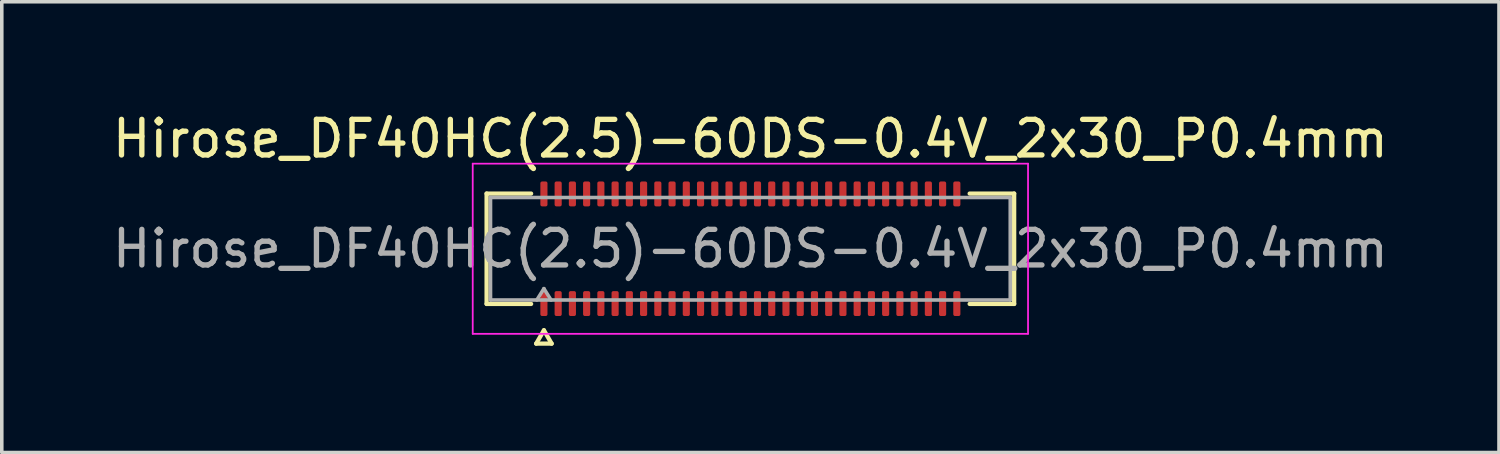
<source format=kicad_pcb>
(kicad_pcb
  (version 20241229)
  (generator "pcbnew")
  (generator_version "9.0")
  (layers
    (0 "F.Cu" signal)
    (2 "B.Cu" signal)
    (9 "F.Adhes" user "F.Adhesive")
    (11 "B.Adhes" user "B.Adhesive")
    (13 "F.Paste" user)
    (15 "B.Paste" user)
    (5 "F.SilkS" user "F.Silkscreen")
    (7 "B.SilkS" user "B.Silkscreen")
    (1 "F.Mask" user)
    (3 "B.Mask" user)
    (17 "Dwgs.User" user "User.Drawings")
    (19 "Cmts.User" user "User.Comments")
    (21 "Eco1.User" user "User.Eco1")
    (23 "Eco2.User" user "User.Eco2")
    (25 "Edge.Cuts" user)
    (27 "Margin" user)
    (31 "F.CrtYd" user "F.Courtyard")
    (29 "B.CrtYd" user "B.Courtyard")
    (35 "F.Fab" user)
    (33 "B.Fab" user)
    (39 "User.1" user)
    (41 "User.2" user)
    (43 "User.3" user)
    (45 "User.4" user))
  (footprint "Hirose_DF40HC(2.5)-60DS-0.4V_2x30_P0.4mm"
    (layer "F.Cu")
    (at 18.03 3.938)
    (property "Reference" "Hirose_DF40HC(2.5)-60DS-0.4V_2x30_P0.4mm" (at 0 -3.09 0) (layer "F.SilkS") (effects (font (size 1 1) (thickness 0.15))))
    (attr smd)
    (fp_line (start -7.41 -1.55) (end -6.16 -1.55) (stroke (width 0.12) (type solid)) (layer "F.SilkS"))
    (fp_line (start -7.41 1.55) (end -7.41 -1.55) (stroke (width 0.12) (type solid)) (layer "F.SilkS"))
    (fp_line (start -6.16 1.55) (end -7.41 1.55) (stroke (width 0.12) (type solid)) (layer "F.SilkS"))
    (fp_line (start -6.017 2.665) (end -5.8 2.29) (stroke (width 0.12) (type solid)) (layer "F.SilkS"))
    (fp_line (start -5.8 2.29) (end -5.583 2.665) (stroke (width 0.12) (type solid)) (layer "F.SilkS"))
    (fp_line (start -5.583 2.665) (end -6.017 2.665) (stroke (width 0.12) (type solid)) (layer "F.SilkS"))
    (fp_line (start 6.16 -1.55) (end 7.41 -1.55) (stroke (width 0.12) (type solid)) (layer "F.SilkS"))
    (fp_line (start 7.41 -1.55) (end 7.41 1.55) (stroke (width 0.12) (type solid)) (layer "F.SilkS"))
    (fp_line (start 7.41 1.55) (end 6.16 1.55) (stroke (width 0.12) (type solid)) (layer "F.SilkS"))
    (fp_line (start -7.8 -2.39) (end -7.8 2.39) (stroke (width 0.05) (type solid)) (layer "F.CrtYd"))
    (fp_line (start -7.8 2.39) (end 7.8 2.39) (stroke (width 0.05) (type solid)) (layer "F.CrtYd"))
    (fp_line (start 7.8 -2.39) (end -7.8 -2.39) (stroke (width 0.05) (type solid)) (layer "F.CrtYd"))
    (fp_line (start 7.8 2.39) (end 7.8 -2.39) (stroke (width 0.05) (type solid)) (layer "F.CrtYd"))
    (fp_line (start -7.3 -1.44) (end 7.3 -1.44) (stroke (width 0.1) (type solid)) (layer "F.Fab"))
    (fp_line (start -7.3 1.44) (end -7.3 -1.44) (stroke (width 0.1) (type solid)) (layer "F.Fab"))
    (fp_line (start -6 1.44) (end -5.8 1.12) (stroke (width 0.1) (type solid)) (layer "F.Fab"))
    (fp_line (start -5.8 1.12) (end -5.6 1.44) (stroke (width 0.1) (type solid)) (layer "F.Fab"))
    (fp_line (start 7.3 -1.44) (end 7.3 1.44) (stroke (width 0.1) (type solid)) (layer "F.Fab"))
    (fp_line (start 7.3 1.44) (end -7.3 1.44) (stroke (width 0.1) (type solid)) (layer "F.Fab"))
    (fp_text user "${REFERENCE}" (at 0 0 0) (layer "F.Fab") (effects (font (size 1 1) (thickness 0.15))))
    (pad "1" smd roundrect (at -5.8 1.54) (size 0.2 0.7) (layers "F.Cu" "F.Mask" "F.Paste") (roundrect_rratio 0.25))
    (pad "2" smd roundrect (at -5.8 -1.54) (size 0.2 0.7) (layers "F.Cu" "F.Mask" "F.Paste") (roundrect_rratio 0.25))
    (pad "3" smd roundrect (at -5.4 1.54) (size 0.2 0.7) (layers "F.Cu" "F.Mask" "F.Paste") (roundrect_rratio 0.25))
    (pad "4" smd roundrect (at -5.4 -1.54) (size 0.2 0.7) (layers "F.Cu" "F.Mask" "F.Paste") (roundrect_rratio 0.25))
    (pad "5" smd roundrect (at -5 1.54) (size 0.2 0.7) (layers "F.Cu" "F.Mask" "F.Paste") (roundrect_rratio 0.25))
    (pad "6" smd roundrect (at -5 -1.54) (size 0.2 0.7) (layers "F.Cu" "F.Mask" "F.Paste") (roundrect_rratio 0.25))
    (pad "7" smd roundrect (at -4.6 1.54) (size 0.2 0.7) (layers "F.Cu" "F.Mask" "F.Paste") (roundrect_rratio 0.25))
    (pad "8" smd roundrect (at -4.6 -1.54) (size 0.2 0.7) (layers "F.Cu" "F.Mask" "F.Paste") (roundrect_rratio 0.25))
    (pad "9" smd roundrect (at -4.2 1.54) (size 0.2 0.7) (layers "F.Cu" "F.Mask" "F.Paste") (roundrect_rratio 0.25))
    (pad "10" smd roundrect (at -4.2 -1.54) (size 0.2 0.7) (layers "F.Cu" "F.Mask" "F.Paste") (roundrect_rratio 0.25))
    (pad "11" smd roundrect (at -3.8 1.54) (size 0.2 0.7) (layers "F.Cu" "F.Mask" "F.Paste") (roundrect_rratio 0.25))
    (pad "12" smd roundrect (at -3.8 -1.54) (size 0.2 0.7) (layers "F.Cu" "F.Mask" "F.Paste") (roundrect_rratio 0.25))
    (pad "13" smd roundrect (at -3.4 1.54) (size 0.2 0.7) (layers "F.Cu" "F.Mask" "F.Paste") (roundrect_rratio 0.25))
    (pad "14" smd roundrect (at -3.4 -1.54) (size 0.2 0.7) (layers "F.Cu" "F.Mask" "F.Paste") (roundrect_rratio 0.25))
    (pad "15" smd roundrect (at -3 1.54) (size 0.2 0.7) (layers "F.Cu" "F.Mask" "F.Paste") (roundrect_rratio 0.25))
    (pad "16" smd roundrect (at -3 -1.54) (size 0.2 0.7) (layers "F.Cu" "F.Mask" "F.Paste") (roundrect_rratio 0.25))
    (pad "17" smd roundrect (at -2.6 1.54) (size 0.2 0.7) (layers "F.Cu" "F.Mask" "F.Paste") (roundrect_rratio 0.25))
    (pad "18" smd roundrect (at -2.6 -1.54) (size 0.2 0.7) (layers "F.Cu" "F.Mask" "F.Paste") (roundrect_rratio 0.25))
    (pad "19" smd roundrect (at -2.2 1.54) (size 0.2 0.7) (layers "F.Cu" "F.Mask" "F.Paste") (roundrect_rratio 0.25))
    (pad "20" smd roundrect (at -2.2 -1.54) (size 0.2 0.7) (layers "F.Cu" "F.Mask" "F.Paste") (roundrect_rratio 0.25))
    (pad "21" smd roundrect (at -1.8 1.54) (size 0.2 0.7) (layers "F.Cu" "F.Mask" "F.Paste") (roundrect_rratio 0.25))
    (pad "22" smd roundrect (at -1.8 -1.54) (size 0.2 0.7) (layers "F.Cu" "F.Mask" "F.Paste") (roundrect_rratio 0.25))
    (pad "23" smd roundrect (at -1.4 1.54) (size 0.2 0.7) (layers "F.Cu" "F.Mask" "F.Paste") (roundrect_rratio 0.25))
    (pad "24" smd roundrect (at -1.4 -1.54) (size 0.2 0.7) (layers "F.Cu" "F.Mask" "F.Paste") (roundrect_rratio 0.25))
    (pad "25" smd roundrect (at -1 1.54) (size 0.2 0.7) (layers "F.Cu" "F.Mask" "F.Paste") (roundrect_rratio 0.25))
    (pad "26" smd roundrect (at -1 -1.54) (size 0.2 0.7) (layers "F.Cu" "F.Mask" "F.Paste") (roundrect_rratio 0.25))
    (pad "27" smd roundrect (at -0.6 1.54) (size 0.2 0.7) (layers "F.Cu" "F.Mask" "F.Paste") (roundrect_rratio 0.25))
    (pad "28" smd roundrect (at -0.6 -1.54) (size 0.2 0.7) (layers "F.Cu" "F.Mask" "F.Paste") (roundrect_rratio 0.25))
    (pad "29" smd roundrect (at -0.2 1.54) (size 0.2 0.7) (layers "F.Cu" "F.Mask" "F.Paste") (roundrect_rratio 0.25))
    (pad "30" smd roundrect (at -0.2 -1.54) (size 0.2 0.7) (layers "F.Cu" "F.Mask" "F.Paste") (roundrect_rratio 0.25))
    (pad "31" smd roundrect (at 0.2 1.54) (size 0.2 0.7) (layers "F.Cu" "F.Mask" "F.Paste") (roundrect_rratio 0.25))
    (pad "32" smd roundrect (at 0.2 -1.54) (size 0.2 0.7) (layers "F.Cu" "F.Mask" "F.Paste") (roundrect_rratio 0.25))
    (pad "33" smd roundrect (at 0.6 1.54) (size 0.2 0.7) (layers "F.Cu" "F.Mask" "F.Paste") (roundrect_rratio 0.25))
    (pad "34" smd roundrect (at 0.6 -1.54) (size 0.2 0.7) (layers "F.Cu" "F.Mask" "F.Paste") (roundrect_rratio 0.25))
    (pad "35" smd roundrect (at 1 1.54) (size 0.2 0.7) (layers "F.Cu" "F.Mask" "F.Paste") (roundrect_rratio 0.25))
    (pad "36" smd roundrect (at 1 -1.54) (size 0.2 0.7) (layers "F.Cu" "F.Mask" "F.Paste") (roundrect_rratio 0.25))
    (pad "37" smd roundrect (at 1.4 1.54) (size 0.2 0.7) (layers "F.Cu" "F.Mask" "F.Paste") (roundrect_rratio 0.25))
    (pad "38" smd roundrect (at 1.4 -1.54) (size 0.2 0.7) (layers "F.Cu" "F.Mask" "F.Paste") (roundrect_rratio 0.25))
    (pad "39" smd roundrect (at 1.8 1.54) (size 0.2 0.7) (layers "F.Cu" "F.Mask" "F.Paste") (roundrect_rratio 0.25))
    (pad "40" smd roundrect (at 1.8 -1.54) (size 0.2 0.7) (layers "F.Cu" "F.Mask" "F.Paste") (roundrect_rratio 0.25))
    (pad "41" smd roundrect (at 2.2 1.54) (size 0.2 0.7) (layers "F.Cu" "F.Mask" "F.Paste") (roundrect_rratio 0.25))
    (pad "42" smd roundrect (at 2.2 -1.54) (size 0.2 0.7) (layers "F.Cu" "F.Mask" "F.Paste") (roundrect_rratio 0.25))
    (pad "43" smd roundrect (at 2.6 1.54) (size 0.2 0.7) (layers "F.Cu" "F.Mask" "F.Paste") (roundrect_rratio 0.25))
    (pad "44" smd roundrect (at 2.6 -1.54) (size 0.2 0.7) (layers "F.Cu" "F.Mask" "F.Paste") (roundrect_rratio 0.25))
    (pad "45" smd roundrect (at 3 1.54) (size 0.2 0.7) (layers "F.Cu" "F.Mask" "F.Paste") (roundrect_rratio 0.25))
    (pad "46" smd roundrect (at 3 -1.54) (size 0.2 0.7) (layers "F.Cu" "F.Mask" "F.Paste") (roundrect_rratio 0.25))
    (pad "47" smd roundrect (at 3.4 1.54) (size 0.2 0.7) (layers "F.Cu" "F.Mask" "F.Paste") (roundrect_rratio 0.25))
    (pad "48" smd roundrect (at 3.4 -1.54) (size 0.2 0.7) (layers "F.Cu" "F.Mask" "F.Paste") (roundrect_rratio 0.25))
    (pad "49" smd roundrect (at 3.8 1.54) (size 0.2 0.7) (layers "F.Cu" "F.Mask" "F.Paste") (roundrect_rratio 0.25))
    (pad "50" smd roundrect (at 3.8 -1.54) (size 0.2 0.7) (layers "F.Cu" "F.Mask" "F.Paste") (roundrect_rratio 0.25))
    (pad "51" smd roundrect (at 4.2 1.54) (size 0.2 0.7) (layers "F.Cu" "F.Mask" "F.Paste") (roundrect_rratio 0.25))
    (pad "52" smd roundrect (at 4.2 -1.54) (size 0.2 0.7) (layers "F.Cu" "F.Mask" "F.Paste") (roundrect_rratio 0.25))
    (pad "53" smd roundrect (at 4.6 1.54) (size 0.2 0.7) (layers "F.Cu" "F.Mask" "F.Paste") (roundrect_rratio 0.25))
    (pad "54" smd roundrect (at 4.6 -1.54) (size 0.2 0.7) (layers "F.Cu" "F.Mask" "F.Paste") (roundrect_rratio 0.25))
    (pad "55" smd roundrect (at 5 1.54) (size 0.2 0.7) (layers "F.Cu" "F.Mask" "F.Paste") (roundrect_rratio 0.25))
    (pad "56" smd roundrect (at 5 -1.54) (size 0.2 0.7) (layers "F.Cu" "F.Mask" "F.Paste") (roundrect_rratio 0.25))
    (pad "57" smd roundrect (at 5.4 1.54) (size 0.2 0.7) (layers "F.Cu" "F.Mask" "F.Paste") (roundrect_rratio 0.25))
    (pad "58" smd roundrect (at 5.4 -1.54) (size 0.2 0.7) (layers "F.Cu" "F.Mask" "F.Paste") (roundrect_rratio 0.25))
    (pad "59" smd roundrect (at 5.8 1.54) (size 0.2 0.7) (layers "F.Cu" "F.Mask" "F.Paste") (roundrect_rratio 0.25))
    (pad "60" smd roundrect (at 5.8 -1.54) (size 0.2 0.7) (layers "F.Cu" "F.Mask" "F.Paste") (roundrect_rratio 0.25)))
  (gr_rect
    (start -3 -3)
    (end 39.06 9.663)
    (stroke (width 0.1) (type default))
    (fill no)
    (layer "Edge.Cuts")))
</source>
